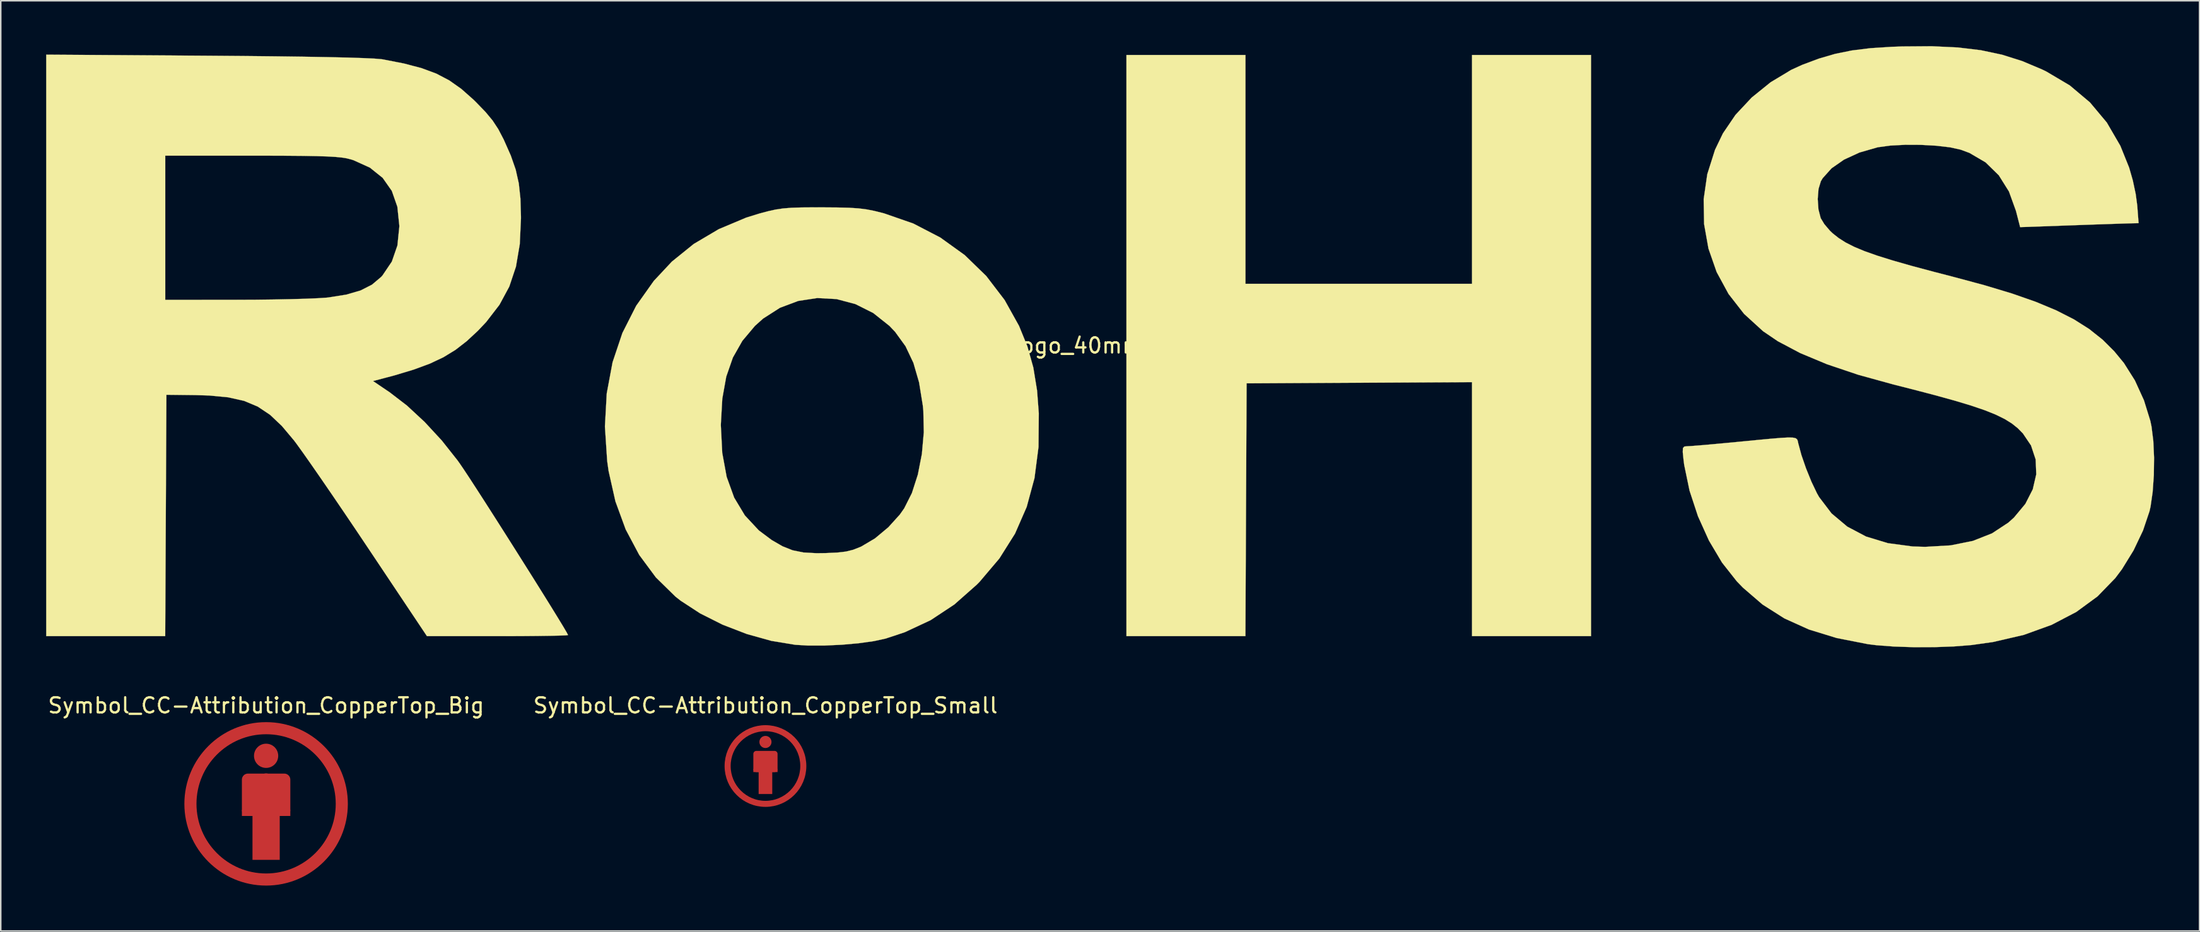
<source format=kicad_pcb>
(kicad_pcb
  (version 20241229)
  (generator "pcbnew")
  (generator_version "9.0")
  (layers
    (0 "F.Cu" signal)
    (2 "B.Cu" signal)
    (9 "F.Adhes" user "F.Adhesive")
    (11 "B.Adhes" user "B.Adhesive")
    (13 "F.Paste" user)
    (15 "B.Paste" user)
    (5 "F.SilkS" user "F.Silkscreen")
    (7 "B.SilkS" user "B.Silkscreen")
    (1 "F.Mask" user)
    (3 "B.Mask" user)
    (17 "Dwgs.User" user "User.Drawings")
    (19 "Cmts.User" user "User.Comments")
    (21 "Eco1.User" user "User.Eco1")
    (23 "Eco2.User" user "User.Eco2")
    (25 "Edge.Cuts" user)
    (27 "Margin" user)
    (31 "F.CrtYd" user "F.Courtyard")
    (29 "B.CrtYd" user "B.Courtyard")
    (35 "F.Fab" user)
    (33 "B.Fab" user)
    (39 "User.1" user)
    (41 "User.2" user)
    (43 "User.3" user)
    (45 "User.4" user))
  (footprint "RoHS-Logo_40mm_SilkScreen"
    (layer "F.Cu")
    (at 69.704 19.785)
    (property "Reference" "RoHS-Logo_40mm_SilkScreen" (at 0 0 0) (layer "F.SilkS") (effects (font (size 1 1) (thickness 0.15))))
    (attr exclude_from_pos_files exclude_from_bom allow_missing_courtyard)
    (fp_poly (pts (xy 9.525 -4.082) (xy 24.493 -4.082) (xy 24.493 -19.201) (xy 32.355 -19.201) (xy 32.355 19.201) (xy 24.493 19.201) (xy 24.493 2.416) (xy 9.601 2.495) (xy 9.522 19.201) (xy 1.663 19.201) (xy 1.663 -19.201) (xy 9.525 -19.201) (xy 9.525 -4.082)) (stroke (width 0.01) (type solid)) (fill yes) (layer "F.SilkS"))
    (fp_poly (pts (xy -18.445 -9.132) (xy -17.436 -9.125) (xy -16.658 -9.106) (xy -16.041 -9.066) (xy -15.514 -9) (xy -15.006 -8.901) (xy -14.447 -8.762) (xy -14.353 -8.737) (xy -12.419 -8.065) (xy -10.635 -7.14) (xy -9.022 -5.979) (xy -7.599 -4.597) (xy -6.387 -3.012) (xy -5.434 -1.302) (xy -4.88 0.057) (xy -4.489 1.453) (xy -4.242 2.971) (xy -4.128 4.476) (xy -4.147 6.701) (xy -4.412 8.758) (xy -4.927 10.661) (xy -5.698 12.426) (xy -6.732 14.068) (xy -8.033 15.603) (xy -8.233 15.806) (xy -9.709 17.11) (xy -11.273 18.144) (xy -12.977 18.94) (xy -14.238 19.359) (xy -15.027 19.531) (xy -16.025 19.67) (xy -17.142 19.769) (xy -18.285 19.822) (xy -19.365 19.823) (xy -20.216 19.773) (xy -21.794 19.513) (xy -23.421 19.059) (xy -25.017 18.443) (xy -26.5 17.698) (xy -27.791 16.856) (xy -28.134 16.585) (xy -29.425 15.319) (xy -30.524 13.834) (xy -31.418 12.152) (xy -32.097 10.296) (xy -32.548 8.29) (xy -32.641 7.635) (xy -32.791 5.346) (xy -32.788 5.292) (xy -25.132 5.292) (xy -25.04 7.093) (xy -24.749 8.675) (xy -24.252 10.048) (xy -23.545 11.224) (xy -22.623 12.214) (xy -21.771 12.851) (xy -21.063 13.26) (xy -20.397 13.526) (xy -19.679 13.672) (xy -18.812 13.72) (xy -18.218 13.713) (xy -17.441 13.678) (xy -16.865 13.611) (xy -16.39 13.493) (xy -15.917 13.306) (xy -15.842 13.272) (xy -14.947 12.74) (xy -14.069 12.008) (xy -13.309 11.168) (xy -13.02 10.757) (xy -12.511 9.746) (xy -12.117 8.522) (xy -11.851 7.161) (xy -11.725 5.735) (xy -11.755 4.319) (xy -11.789 3.967) (xy -12.036 2.435) (xy -12.411 1.142) (xy -12.932 0.043) (xy -13.618 -0.904) (xy -13.994 -1.3) (xy -15.066 -2.152) (xy -16.244 -2.742) (xy -17.489 -3.072) (xy -18.761 -3.141) (xy -20.02 -2.95) (xy -21.226 -2.498) (xy -22.34 -1.785) (xy -22.883 -1.298) (xy -23.711 -0.313) (xy -24.338 0.792) (xy -24.776 2.054) (xy -25.036 3.505) (xy -25.131 5.18) (xy -25.132 5.292) (xy -32.788 5.292) (xy -32.671 3.164) (xy -32.285 1.101) (xy -31.636 -0.834) (xy -30.726 -2.629) (xy -29.561 -4.273) (xy -28.369 -5.547) (xy -26.922 -6.716) (xy -25.268 -7.694) (xy -23.455 -8.456) (xy -22.59 -8.724) (xy -22.012 -8.878) (xy -21.515 -8.988) (xy -21.027 -9.061) (xy -20.479 -9.105) (xy -19.801 -9.127) (xy -18.922 -9.133) (xy -18.445 -9.132)) (stroke (width 0.01) (type solid)) (fill yes) (layer "F.SilkS"))
    (fp_poly (pts (xy -59.078 -19.153) (xy -56.703 -19.135) (xy -54.581 -19.113) (xy -52.719 -19.089) (xy -51.124 -19.061) (xy -49.802 -19.031) (xy -48.761 -18.997) (xy -48.007 -18.962) (xy -47.546 -18.923) (xy -47.474 -18.913) (xy -46.07 -18.639) (xy -44.909 -18.334) (xy -43.93 -17.971) (xy -43.074 -17.522) (xy -42.279 -16.961) (xy -41.486 -16.259) (xy -41.317 -16.094) (xy -40.681 -15.437) (xy -40.211 -14.871) (xy -39.836 -14.301) (xy -39.487 -13.633) (xy -39.468 -13.593) (xy -39.008 -12.555) (xy -38.686 -11.629) (xy -38.481 -10.716) (xy -38.373 -9.714) (xy -38.338 -8.525) (xy -38.338 -8.391) (xy -38.417 -6.698) (xy -38.668 -5.217) (xy -39.108 -3.899) (xy -39.758 -2.695) (xy -40.635 -1.557) (xy -41.185 -0.976) (xy -41.924 -0.29) (xy -42.663 0.283) (xy -43.457 0.769) (xy -44.359 1.194) (xy -45.421 1.586) (xy -46.698 1.971) (xy -47.604 2.212) (xy -48.112 2.343) (xy -46.999 3.097) (xy -45.867 3.967) (xy -44.7 5.05) (xy -43.567 6.275) (xy -42.538 7.574) (xy -42.386 7.786) (xy -42.126 8.168) (xy -41.748 8.74) (xy -41.273 9.471) (xy -40.72 10.329) (xy -40.11 11.283) (xy -39.462 12.301) (xy -38.796 13.352) (xy -38.133 14.403) (xy -37.491 15.423) (xy -36.892 16.381) (xy -36.355 17.245) (xy -35.9 17.984) (xy -35.547 18.564) (xy -35.317 18.956) (xy -35.228 19.127) (xy -35.227 19.13) (xy -35.372 19.148) (xy -35.784 19.164) (xy -36.424 19.178) (xy -37.258 19.189) (xy -38.248 19.197) (xy -39.358 19.201) (xy -39.888 19.201) (xy -44.548 19.201) (xy -48.411 13.418) (xy -49.243 12.176) (xy -50.062 10.964) (xy -50.844 9.815) (xy -51.566 8.762) (xy -52.206 7.839) (xy -52.74 7.079) (xy -53.145 6.516) (xy -53.33 6.269) (xy -54.132 5.314) (xy -54.911 4.577) (xy -55.724 4.033) (xy -56.627 3.655) (xy -57.675 3.42) (xy -58.925 3.3) (xy -59.863 3.272) (xy -61.761 3.251) (xy -61.8 11.226) (xy -61.84 19.201) (xy -69.699 19.201) (xy -69.699 -12.549) (xy -61.837 -12.549) (xy -61.837 -3.024) (xy -57.112 -3.025) (xy -55.872 -3.03) (xy -54.665 -3.045) (xy -53.54 -3.067) (xy -52.551 -3.095) (xy -51.747 -3.129) (xy -51.18 -3.166) (xy -51.066 -3.178) (xy -49.876 -3.367) (xy -48.931 -3.642) (xy -48.181 -4.024) (xy -47.577 -4.533) (xy -47.487 -4.632) (xy -46.868 -5.549) (xy -46.499 -6.616) (xy -46.374 -7.85) (xy -46.374 -7.938) (xy -46.503 -9.173) (xy -46.869 -10.221) (xy -47.473 -11.081) (xy -48.315 -11.757) (xy -49.396 -12.247) (xy -49.595 -12.309) (xy -49.852 -12.373) (xy -50.173 -12.425) (xy -50.59 -12.466) (xy -51.134 -12.497) (xy -51.836 -12.519) (xy -52.729 -12.535) (xy -53.842 -12.544) (xy -55.209 -12.548) (xy -56.119 -12.549) (xy -61.837 -12.549) (xy -69.699 -12.549) (xy -69.699 -19.223) (xy -59.078 -19.153)) (stroke (width 0.01) (type solid)) (fill yes) (layer "F.SilkS"))
    (fp_poly (pts (xy 56.578 -19.7) (xy 58.106 -19.517) (xy 59.507 -19.22) (xy 60.832 -18.802) (xy 62.137 -18.252) (xy 62.425 -18.113) (xy 63.982 -17.191) (xy 65.316 -16.067) (xy 66.429 -14.737) (xy 67.324 -13.198) (xy 67.902 -11.764) (xy 68.147 -10.911) (xy 68.338 -10.009) (xy 68.438 -9.262) (xy 68.528 -8.089) (xy 68.093 -8.08) (xy 67.819 -8.073) (xy 67.293 -8.056) (xy 66.564 -8.032) (xy 65.681 -8.002) (xy 64.693 -7.967) (xy 64.18 -7.949) (xy 60.703 -7.826) (xy 60.428 -8.895) (xy 59.964 -10.18) (xy 59.292 -11.253) (xy 58.419 -12.106) (xy 57.355 -12.73) (xy 56.772 -12.946) (xy 56.072 -13.1) (xy 55.166 -13.206) (xy 54.145 -13.263) (xy 53.104 -13.267) (xy 52.133 -13.216) (xy 51.325 -13.108) (xy 51.267 -13.096) (xy 50.092 -12.758) (xy 49.069 -12.288) (xy 48.242 -11.712) (xy 47.656 -11.058) (xy 47.536 -10.855) (xy 47.383 -10.347) (xy 47.33 -9.684) (xy 47.378 -8.998) (xy 47.527 -8.422) (xy 47.527 -8.422) (xy 47.766 -8.026) (xy 48.136 -7.591) (xy 48.316 -7.419) (xy 48.712 -7.105) (xy 49.175 -6.811) (xy 49.733 -6.527) (xy 50.416 -6.242) (xy 51.254 -5.945) (xy 52.277 -5.625) (xy 53.515 -5.272) (xy 54.998 -4.875) (xy 56.243 -4.553) (xy 58.335 -3.991) (xy 60.155 -3.443) (xy 61.729 -2.893) (xy 63.087 -2.327) (xy 64.257 -1.731) (xy 65.267 -1.091) (xy 66.146 -0.392) (xy 66.92 0.379) (xy 67.558 1.154) (xy 68.283 2.303) (xy 68.883 3.619) (xy 69.303 4.974) (xy 69.383 5.357) (xy 69.5 6.301) (xy 69.55 7.405) (xy 69.535 8.564) (xy 69.457 9.676) (xy 69.319 10.635) (xy 69.25 10.943) (xy 68.821 12.218) (xy 68.194 13.535) (xy 67.431 14.775) (xy 66.989 15.364) (xy 65.82 16.569) (xy 64.414 17.601) (xy 62.784 18.453) (xy 60.944 19.118) (xy 58.908 19.589) (xy 57.484 19.79) (xy 56.31 19.882) (xy 55 19.929) (xy 53.651 19.93) (xy 52.356 19.887) (xy 51.211 19.8) (xy 50.649 19.73) (xy 48.582 19.325) (xy 46.753 18.763) (xy 45.13 18.03) (xy 43.684 17.111) (xy 42.386 15.993) (xy 41.987 15.581) (xy 41.011 14.344) (xy 40.144 12.885) (xy 39.418 11.275) (xy 38.862 9.585) (xy 38.509 7.884) (xy 38.463 7.522) (xy 38.414 7.034) (xy 38.425 6.774) (xy 38.518 6.671) (xy 38.713 6.652) (xy 38.723 6.652) (xy 38.979 6.638) (xy 39.484 6.598) (xy 40.187 6.538) (xy 41.037 6.46) (xy 41.981 6.371) (xy 42.182 6.352) (xy 43.342 6.239) (xy 44.236 6.155) (xy 44.9 6.1) (xy 45.37 6.075) (xy 45.68 6.081) (xy 45.867 6.12) (xy 45.965 6.192) (xy 46.011 6.298) (xy 46.04 6.44) (xy 46.045 6.463) (xy 46.253 7.232) (xy 46.559 8.118) (xy 46.917 9) (xy 47.279 9.758) (xy 47.422 10.011) (xy 48.246 11.093) (xy 49.283 11.963) (xy 50.525 12.619) (xy 51.966 13.057) (xy 53.599 13.275) (xy 54.429 13.3) (xy 56.115 13.202) (xy 57.582 12.907) (xy 58.846 12.408) (xy 59.919 11.703) (xy 60.295 11.365) (xy 61.046 10.462) (xy 61.538 9.497) (xy 61.767 8.507) (xy 61.729 7.529) (xy 61.421 6.599) (xy 60.885 5.806) (xy 60.548 5.462) (xy 60.155 5.147) (xy 59.678 4.851) (xy 59.089 4.562) (xy 58.36 4.27) (xy 57.464 3.965) (xy 56.374 3.637) (xy 55.06 3.274) (xy 53.496 2.866) (xy 52.358 2.578) (xy 50.01 1.931) (xy 47.947 1.236) (xy 46.174 0.496) (xy 44.694 -0.288) (xy 43.721 -0.948) (xy 42.464 -2.095) (xy 41.439 -3.411) (xy 40.652 -4.86) (xy 40.112 -6.41) (xy 39.824 -8.027) (xy 39.796 -9.675) (xy 40.034 -11.323) (xy 40.545 -12.936) (xy 41.067 -14.021) (xy 41.899 -15.246) (xy 42.97 -16.39) (xy 44.218 -17.399) (xy 45.58 -18.219) (xy 46.298 -18.547) (xy 47.409 -18.963) (xy 48.479 -19.275) (xy 49.586 -19.5) (xy 50.805 -19.651) (xy 52.213 -19.741) (xy 52.919 -19.766) (xy 54.866 -19.78) (xy 56.578 -19.7)) (stroke (width 0.01) (type solid)) (fill yes) (layer "F.SilkS")))
  (footprint "Symbol_CC-Attribution_CopperTop_Big"
    (layer "F.Cu")
    (at 14.53 50.068)
    (property "Reference" "Symbol_CC-Attribution_CopperTop_Big" (at 0 -6.5 0) (layer "F.SilkS") (effects (font (size 1 1) (thickness 0.15))))
    (attr exclude_from_pos_files exclude_from_bom allow_missing_courtyard)
    (fp_rect (start -1.6 0.4) (end 1.6 0.8) (stroke (width 0) (type solid)) (fill yes) (layer "F.Cu"))
    (fp_rect (start -1.2 -1.6) (end 1.2 0.4) (stroke (width 0.8) (type solid)) (fill yes) (layer "F.Cu"))
    (fp_rect (start -0.9 0) (end 0.9 3.7) (stroke (width 0) (type solid)) (fill yes) (layer "F.Cu"))
    (fp_circle (center 0 -3.175) (end 0.7 -3.175) (stroke (width 0.2) (type solid)) (fill yes) (layer "F.Cu"))
    (fp_circle (center 0 -1.59) (end 0.322 -1.59) (stroke (width 0.2) (type solid)) (fill yes) (layer "F.Cu"))
    (fp_circle (center 0 0) (end 5 0) (stroke (width 0.8) (type default)) (fill no) (layer "F.Cu")))
  (footprint "Symbol_CC-Attribution_CopperTop_Small"
    (layer "F.Cu")
    (at 47.518 47.568)
    (property "Reference" "Symbol_CC-Attribution_CopperTop_Small" (at 0 -4 0) (layer "F.SilkS") (effects (font (size 1 1) (thickness 0.15))))
    (attr exclude_from_pos_files exclude_from_bom allow_missing_courtyard)
    (fp_rect (start -0.8 0.2) (end 0.8 0.4) (stroke (width 0) (type solid)) (fill yes) (layer "F.Cu"))
    (fp_rect (start -0.6 -0.8) (end 0.6 0.2) (stroke (width 0.4) (type solid)) (fill yes) (layer "F.Cu"))
    (fp_rect (start -0.45 0) (end 0.45 1.85) (stroke (width 0) (type solid)) (fill yes) (layer "F.Cu"))
    (fp_circle (center 0 -1.59) (end 0.3 -1.59) (stroke (width 0.2) (type solid)) (fill yes) (layer "F.Cu"))
    (fp_circle (center 0.001 0) (end 2.501 0) (stroke (width 0.4) (type default)) (fill no) (layer "F.Cu")))
  (gr_rect
    (start -3 -3)
    (end 142.259 58.468)
    (stroke (width 0.1) (type default))
    (fill no)
    (layer "Edge.Cuts")))
</source>
